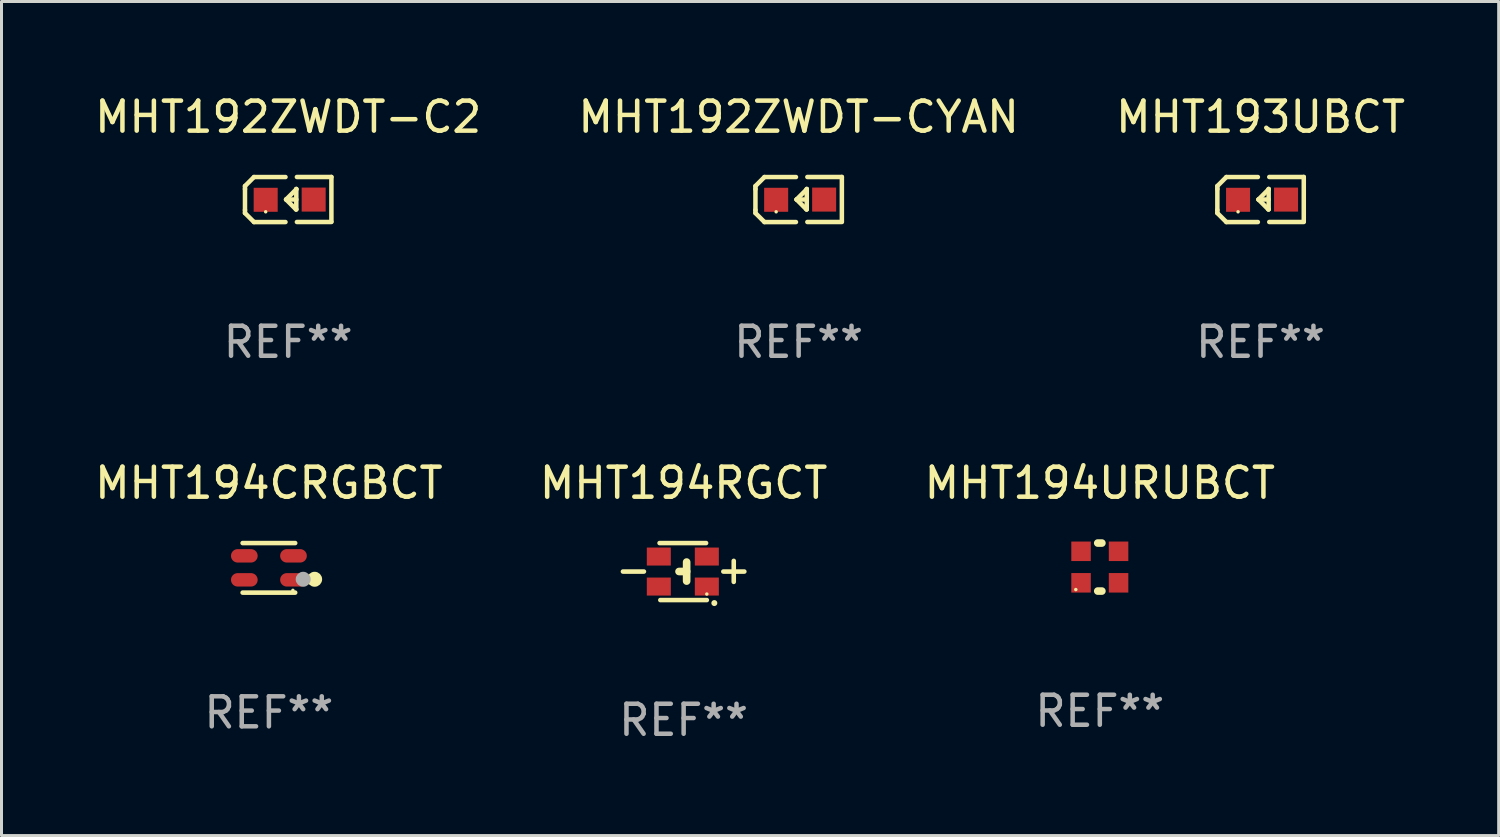
<source format=kicad_pcb>
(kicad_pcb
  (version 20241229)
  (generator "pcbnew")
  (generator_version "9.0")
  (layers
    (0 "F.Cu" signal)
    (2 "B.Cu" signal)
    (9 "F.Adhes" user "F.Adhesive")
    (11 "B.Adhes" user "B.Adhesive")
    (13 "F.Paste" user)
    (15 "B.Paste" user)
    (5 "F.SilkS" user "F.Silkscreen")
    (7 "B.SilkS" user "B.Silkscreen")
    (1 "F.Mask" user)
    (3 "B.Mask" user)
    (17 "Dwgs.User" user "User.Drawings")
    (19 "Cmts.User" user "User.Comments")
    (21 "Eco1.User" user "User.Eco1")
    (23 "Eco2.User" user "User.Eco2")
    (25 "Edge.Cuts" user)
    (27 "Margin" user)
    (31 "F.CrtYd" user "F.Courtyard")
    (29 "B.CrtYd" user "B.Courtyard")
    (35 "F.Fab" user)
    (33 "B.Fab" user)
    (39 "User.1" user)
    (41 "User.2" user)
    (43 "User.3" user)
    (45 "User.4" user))
  (footprint "MHT194RGCT"
    (layer "F.Cu")
    (at 19.732 15.997)
    (property "Reference" "MHT194RGCT" (at 0 -2.95 0) (layer "F.SilkS") (effects (font (size 1 1) (thickness 0.15))))
    (attr through_hole)
    (fp_line (start -2.023 -0.000013) (end -1.323 -0.000013) (stroke (width 0.152) (type solid)) (layer "F.SilkS"))
    (fp_line (start -0.802 -0.95) (end 0.748 -0.95) (stroke (width 0.152) (type solid)) (layer "F.SilkS"))
    (fp_line (start -0.777 0.95) (end 0.773 0.95) (stroke (width 0.152) (type solid)) (layer "F.SilkS"))
    (fp_line (start 0.1 -0.317) (end 0.1 0.318) (stroke (width 0.254) (type solid)) (layer "F.SilkS"))
    (fp_line (start 0.1 -0.002) (end -0.154 -0.002) (stroke (width 0.254) (type solid)) (layer "F.SilkS"))
    (fp_line (start 1.323 -0.000038) (end 2.023 -0.000038) (stroke (width 0.152) (type solid)) (layer "F.SilkS"))
    (fp_line (start 1.67 0.344) (end 1.67 -0.356) (stroke (width 0.152) (type solid)) (layer "F.SilkS"))
    (fp_circle (center 0.773 0.75) (end 0.803 0.75) (stroke (width 0.06) (type solid)) (fill no) (layer "F.SilkS"))
    (fp_circle (center 1.023 1.05) (end 1.073 1.05) (stroke (width 0.1) (type solid)) (fill no) (layer "F.SilkS"))
    (fp_text user "REF**" (at 0 4.95 0) (layer "F.Fab") (effects (font (size 1 1) (thickness 0.15))))
    (pad "1" smd rect (at 0.773 0.5) (size 0.8 0.6) (layers "F.Cu" "F.Mask" "F.Paste"))
    (pad "2" smd rect (at 0.773 -0.5) (size 0.8 0.6) (layers "F.Cu" "F.Mask" "F.Paste"))
    (pad "3" smd rect (at -0.827 -0.5) (size 0.8 0.6) (layers "F.Cu" "F.Mask" "F.Paste"))
    (pad "4" smd rect (at -0.827 0.5) (size 0.8 0.6) (layers "F.Cu" "F.Mask" "F.Paste")))
  (footprint "MHT194URUBCT"
    (layer "F.Cu")
    (at 33.601 15.847)
    (property "Reference" "MHT194URUBCT" (at 0 -2.8 0) (layer "F.SilkS") (effects (font (size 1 1) (thickness 0.15))))
    (attr through_hole)
    (fp_line (start -0.069 -0.8) (end 0.069 -0.8) (stroke (width 0.254) (type solid)) (layer "F.SilkS"))
    (fp_line (start -0.069 0.8) (end 0.069 0.8) (stroke (width 0.254) (type solid)) (layer "F.SilkS"))
    (fp_circle (center -0.8 0.75) (end -0.77 0.75) (stroke (width 0.06) (type solid)) (fill no) (layer "F.SilkS"))
    (fp_text user "REF**" (at 0 4.8 0) (layer "F.Fab") (effects (font (size 1 1) (thickness 0.15))))
    (pad "1" smd rect (at -0.625 0.525) (size 0.65 0.65) (layers "F.Cu" "F.Mask" "F.Paste"))
    (pad "2" smd rect (at -0.625 -0.525) (size 0.65 0.65) (layers "F.Cu" "F.Mask" "F.Paste"))
    (pad "3" smd rect (at 0.625 -0.525) (size 0.65 0.65) (layers "F.Cu" "F.Mask" "F.Paste"))
    (pad "4" smd rect (at 0.625 0.525) (size 0.65 0.65) (layers "F.Cu" "F.Mask" "F.Paste")))
  (footprint "MHT192ZWDT-C2"
    (layer "F.Cu")
    (at 6.554 3.599)
    (property "Reference" "MHT192ZWDT-C2" (at 0 -2.751 0) (layer "F.SilkS") (effects (font (size 1 1) (thickness 0.15))))
    (attr through_hole)
    (fp_line (start -1.44 -0.449) (end -1.14 -0.749) (stroke (width 0.15) (type solid)) (layer "F.SilkS"))
    (fp_line (start -1.44 -0.349) (end -1.44 -0.449) (stroke (width 0.15) (type solid)) (layer "F.SilkS"))
    (fp_line (start -1.44 -0.349) (end -1.44 0.351) (stroke (width 0.15) (type solid)) (layer "F.SilkS"))
    (fp_line (start -1.44 0.351) (end -1.44 0.451) (stroke (width 0.15) (type solid)) (layer "F.SilkS"))
    (fp_line (start -1.44 0.451) (end -1.14 0.751) (stroke (width 0.15) (type solid)) (layer "F.SilkS"))
    (fp_line (start -0.09 -0.749) (end -1.14 -0.749) (stroke (width 0.15) (type solid)) (layer "F.SilkS"))
    (fp_line (start -0.09 0.751) (end -1.14 0.751) (stroke (width 0.15) (type solid)) (layer "F.SilkS"))
    (fp_line (start 0.26 0.329) (end -0.07 -0.001) (stroke (width 0.15) (type solid)) (layer "F.SilkS"))
    (fp_line (start 0.27 -0.351) (end 0.27 -0.341) (stroke (width 0.15) (type solid)) (layer "F.SilkS"))
    (fp_line (start 0.27 -0.351) (end 0.27 0.329) (stroke (width 0.15) (type solid)) (layer "F.SilkS"))
    (fp_line (start 0.27 -0.341) (end -0.07 -0.001) (stroke (width 0.15) (type solid)) (layer "F.SilkS"))
    (fp_line (start 0.27 -0.001) (end -0.07 -0.001) (stroke (width 0.15) (type solid)) (layer "F.SilkS"))
    (fp_line (start 0.27 0.329) (end 0.26 0.329) (stroke (width 0.15) (type solid)) (layer "F.SilkS"))
    (fp_line (start 0.29 -0.751) (end 1.44 -0.751) (stroke (width 0.15) (type solid)) (layer "F.SilkS"))
    (fp_line (start 0.29 0.749) (end 1.44 0.749) (stroke (width 0.15) (type solid)) (layer "F.SilkS"))
    (fp_line (start 1.44 -0.751) (end 1.44 0.729) (stroke (width 0.15) (type solid)) (layer "F.SilkS"))
    (fp_circle (center -0.75 0.409) (end -0.72 0.409) (stroke (width 0.06) (type solid)) (fill no) (layer "F.SilkS"))
    (fp_text user "REF**" (at 0 4.751 0) (layer "F.Fab") (effects (font (size 1 1) (thickness 0.15))))
    (pad "1" smd rect (at -0.75 0.009 90) (size 0.8 0.8) (layers "F.Cu" "F.Mask" "F.Paste"))
    (pad "2" smd rect (at 0.849 0.002 90) (size 0.8 0.8) (layers "F.Cu" "F.Mask" "F.Paste")))
  (footprint "MHT193UBCT"
    (layer "F.Cu")
    (at 38.958 3.599)
    (property "Reference" "MHT193UBCT" (at 0 -2.751 0) (layer "F.SilkS") (effects (font (size 1 1) (thickness 0.15))))
    (attr through_hole)
    (fp_line (start -1.44 -0.449) (end -1.14 -0.749) (stroke (width 0.15) (type solid)) (layer "F.SilkS"))
    (fp_line (start -1.44 -0.349) (end -1.44 -0.449) (stroke (width 0.15) (type solid)) (layer "F.SilkS"))
    (fp_line (start -1.44 -0.349) (end -1.44 0.351) (stroke (width 0.15) (type solid)) (layer "F.SilkS"))
    (fp_line (start -1.44 0.351) (end -1.44 0.451) (stroke (width 0.15) (type solid)) (layer "F.SilkS"))
    (fp_line (start -1.44 0.451) (end -1.14 0.751) (stroke (width 0.15) (type solid)) (layer "F.SilkS"))
    (fp_line (start -0.09 -0.749) (end -1.14 -0.749) (stroke (width 0.15) (type solid)) (layer "F.SilkS"))
    (fp_line (start -0.09 0.751) (end -1.14 0.751) (stroke (width 0.15) (type solid)) (layer "F.SilkS"))
    (fp_line (start 0.26 0.329) (end -0.07 -0.001) (stroke (width 0.15) (type solid)) (layer "F.SilkS"))
    (fp_line (start 0.27 -0.351) (end 0.27 -0.341) (stroke (width 0.15) (type solid)) (layer "F.SilkS"))
    (fp_line (start 0.27 -0.351) (end 0.27 0.329) (stroke (width 0.15) (type solid)) (layer "F.SilkS"))
    (fp_line (start 0.27 -0.341) (end -0.07 -0.001) (stroke (width 0.15) (type solid)) (layer "F.SilkS"))
    (fp_line (start 0.27 -0.001) (end -0.07 -0.001) (stroke (width 0.15) (type solid)) (layer "F.SilkS"))
    (fp_line (start 0.27 0.329) (end 0.26 0.329) (stroke (width 0.15) (type solid)) (layer "F.SilkS"))
    (fp_line (start 0.29 -0.751) (end 1.44 -0.751) (stroke (width 0.15) (type solid)) (layer "F.SilkS"))
    (fp_line (start 0.29 0.749) (end 1.44 0.749) (stroke (width 0.15) (type solid)) (layer "F.SilkS"))
    (fp_line (start 1.44 -0.751) (end 1.44 0.729) (stroke (width 0.15) (type solid)) (layer "F.SilkS"))
    (fp_circle (center -0.75 0.409) (end -0.72 0.409) (stroke (width 0.06) (type solid)) (fill no) (layer "F.SilkS"))
    (fp_text user "REF**" (at 0 4.751 0) (layer "F.Fab") (effects (font (size 1 1) (thickness 0.15))))
    (pad "1" smd rect (at -0.75 0.009 90) (size 0.8 0.8) (layers "F.Cu" "F.Mask" "F.Paste"))
    (pad "2" smd rect (at 0.849 0.002 90) (size 0.8 0.8) (layers "F.Cu" "F.Mask" "F.Paste")))
  (footprint "MHT192ZWDT-CYAN"
    (layer "F.Cu")
    (at 23.565 3.599)
    (property "Reference" "MHT192ZWDT-CYAN" (at 0 -2.751 0) (layer "F.SilkS") (effects (font (size 1 1) (thickness 0.15))))
    (attr through_hole)
    (fp_line (start -1.44 -0.449) (end -1.14 -0.749) (stroke (width 0.15) (type solid)) (layer "F.SilkS"))
    (fp_line (start -1.44 -0.349) (end -1.44 -0.449) (stroke (width 0.15) (type solid)) (layer "F.SilkS"))
    (fp_line (start -1.44 -0.349) (end -1.44 0.351) (stroke (width 0.15) (type solid)) (layer "F.SilkS"))
    (fp_line (start -1.44 0.351) (end -1.44 0.451) (stroke (width 0.15) (type solid)) (layer "F.SilkS"))
    (fp_line (start -1.44 0.451) (end -1.14 0.751) (stroke (width 0.15) (type solid)) (layer "F.SilkS"))
    (fp_line (start -0.09 -0.749) (end -1.14 -0.749) (stroke (width 0.15) (type solid)) (layer "F.SilkS"))
    (fp_line (start -0.09 0.751) (end -1.14 0.751) (stroke (width 0.15) (type solid)) (layer "F.SilkS"))
    (fp_line (start 0.26 0.329) (end -0.07 -0.001) (stroke (width 0.15) (type solid)) (layer "F.SilkS"))
    (fp_line (start 0.27 -0.351) (end 0.27 -0.341) (stroke (width 0.15) (type solid)) (layer "F.SilkS"))
    (fp_line (start 0.27 -0.351) (end 0.27 0.329) (stroke (width 0.15) (type solid)) (layer "F.SilkS"))
    (fp_line (start 0.27 -0.341) (end -0.07 -0.001) (stroke (width 0.15) (type solid)) (layer "F.SilkS"))
    (fp_line (start 0.27 -0.001) (end -0.07 -0.001) (stroke (width 0.15) (type solid)) (layer "F.SilkS"))
    (fp_line (start 0.27 0.329) (end 0.26 0.329) (stroke (width 0.15) (type solid)) (layer "F.SilkS"))
    (fp_line (start 0.29 -0.751) (end 1.44 -0.751) (stroke (width 0.15) (type solid)) (layer "F.SilkS"))
    (fp_line (start 0.29 0.749) (end 1.44 0.749) (stroke (width 0.15) (type solid)) (layer "F.SilkS"))
    (fp_line (start 1.44 -0.751) (end 1.44 0.729) (stroke (width 0.15) (type solid)) (layer "F.SilkS"))
    (fp_circle (center -0.75 0.409) (end -0.72 0.409) (stroke (width 0.06) (type solid)) (fill no) (layer "F.SilkS"))
    (fp_text user "REF**" (at 0 4.751 0) (layer "F.Fab") (effects (font (size 1 1) (thickness 0.15))))
    (pad "1" smd rect (at -0.75 0.009 90) (size 0.8 0.8) (layers "F.Cu" "F.Mask" "F.Paste"))
    (pad "2" smd rect (at 0.849 0.002 90) (size 0.8 0.8) (layers "F.Cu" "F.Mask" "F.Paste")))
  (footprint "MHT194CRGBCT"
    (layer "F.Cu")
    (at 5.911 15.873)
    (property "Reference" "MHT194CRGBCT" (at 0 -2.826 0) (layer "F.SilkS") (effects (font (size 1 1) (thickness 0.15))))
    (attr through_hole)
    (fp_line (start 0.876 -0.826) (end -0.876 -0.826) (stroke (width 0.152) (type solid)) (layer "F.SilkS"))
    (fp_line (start 0.876 0.826) (end -0.876 0.826) (stroke (width 0.152) (type solid)) (layer "F.SilkS"))
    (fp_circle (center 0.8 0.75) (end 0.83 0.75) (stroke (width 0.06) (type solid)) (fill no) (layer "F.SilkS"))
    (fp_circle (center 1.524 0.381) (end 1.649 0.381) (stroke (width 0.25) (type solid)) (fill no) (layer "F.SilkS"))
    (fp_circle (center 1.143 0.381) (end 1.268 0.381) (stroke (width 0.25) (type solid)) (fill no) (layer "F.Fab"))
    (fp_text user "REF**" (at 0 4.826 0) (layer "F.Fab") (effects (font (size 1 1) (thickness 0.15))))
    (pad "1" smd oval (at -0.819 0.4 90) (size 0.448 0.889) (layers "F.Cu" "F.Mask" "F.Paste"))
    (pad "2" smd oval (at -0.819 -0.4 90) (size 0.448 0.889) (layers "F.Cu" "F.Mask" "F.Paste"))
    (pad "3" smd oval (at 0.819 -0.4 90) (size 0.448 0.889) (layers "F.Cu" "F.Mask" "F.Paste"))
    (pad "4" smd oval (at 0.819 0.4 90) (size 0.448 0.889) (layers "F.Cu" "F.Mask" "F.Paste")))
  (gr_rect
    (start -3 -3)
    (end 46.893 24.795)
    (stroke (width 0.1) (type default))
    (fill no)
    (layer "Edge.Cuts")))
</source>
